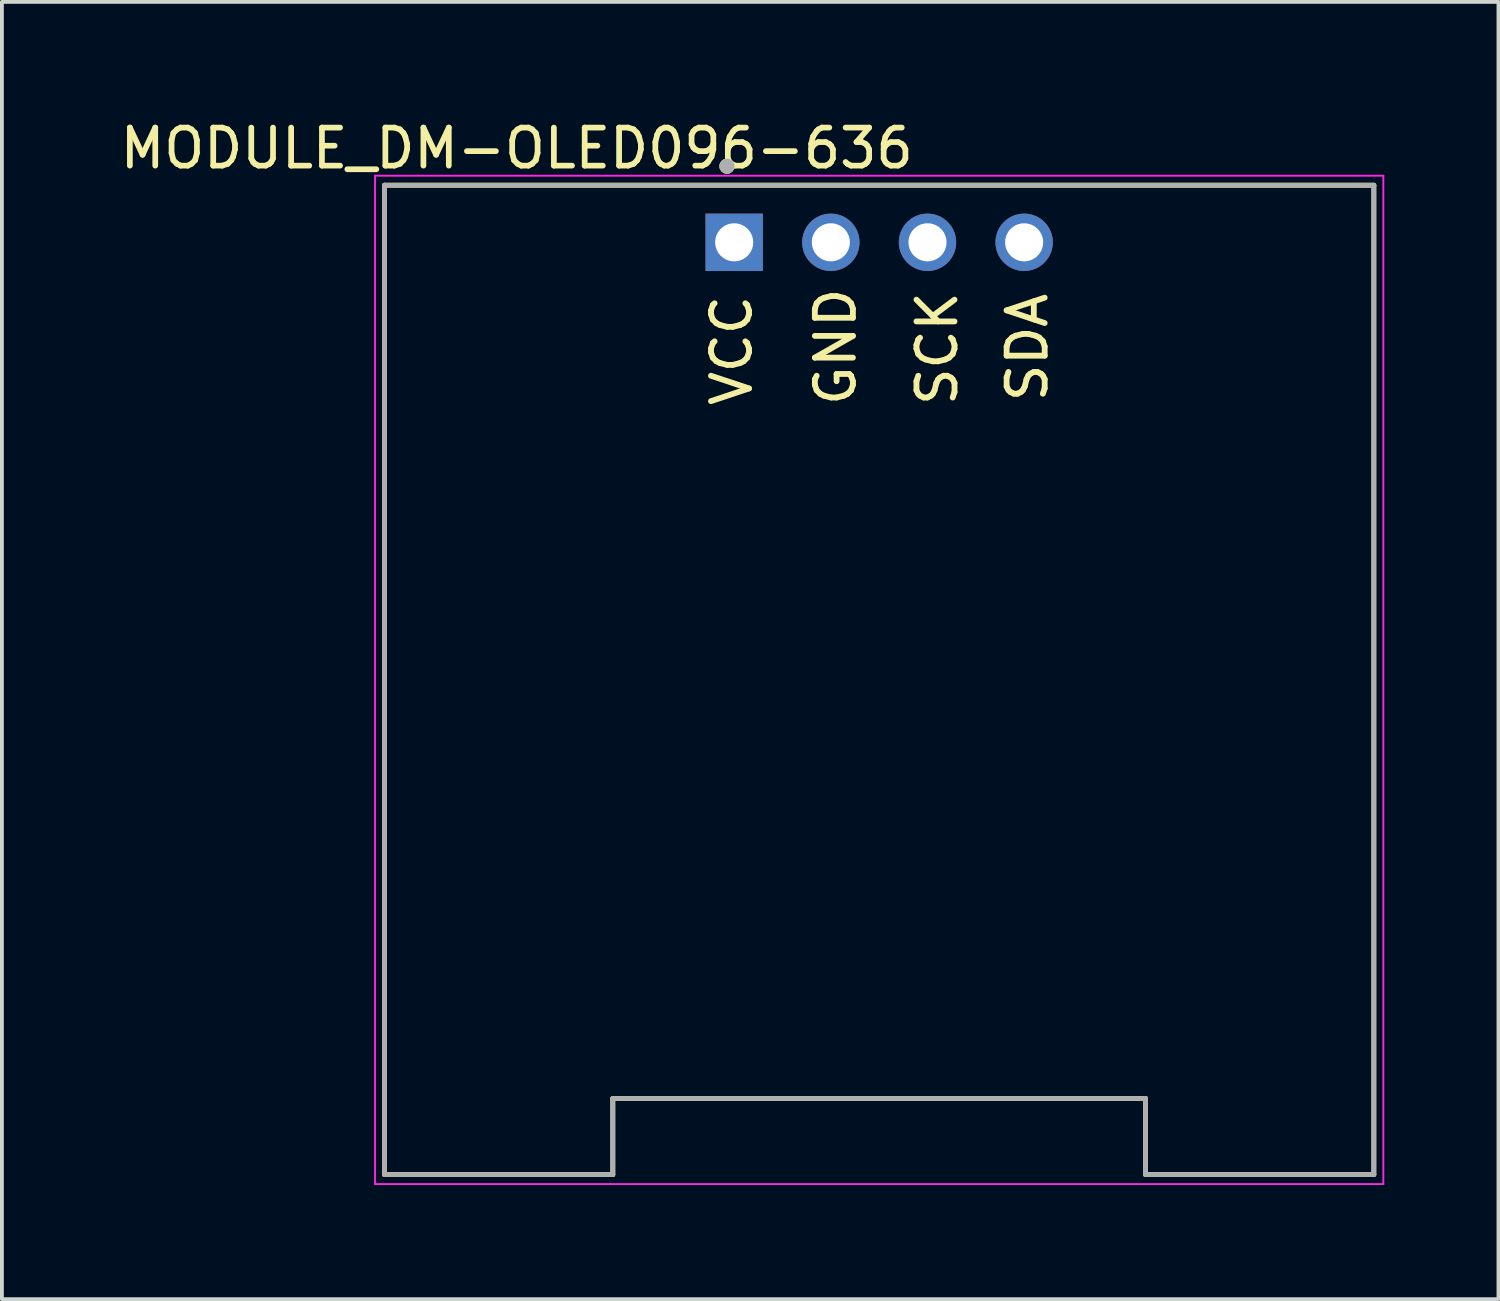
<source format=kicad_pcb>
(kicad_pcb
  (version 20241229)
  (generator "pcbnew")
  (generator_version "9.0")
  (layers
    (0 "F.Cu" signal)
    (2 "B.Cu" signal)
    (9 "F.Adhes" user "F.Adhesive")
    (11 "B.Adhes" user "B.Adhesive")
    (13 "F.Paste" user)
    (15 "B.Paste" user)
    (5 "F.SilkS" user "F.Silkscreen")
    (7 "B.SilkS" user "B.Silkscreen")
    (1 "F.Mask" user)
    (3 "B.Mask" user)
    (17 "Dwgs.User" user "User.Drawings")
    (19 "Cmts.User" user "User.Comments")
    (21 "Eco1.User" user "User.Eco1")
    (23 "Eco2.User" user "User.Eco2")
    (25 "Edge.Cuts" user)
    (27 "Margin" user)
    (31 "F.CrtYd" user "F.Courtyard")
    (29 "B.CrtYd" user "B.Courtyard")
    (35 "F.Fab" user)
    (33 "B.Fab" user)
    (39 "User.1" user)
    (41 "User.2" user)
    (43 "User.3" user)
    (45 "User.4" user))
  (footprint "MODULE_DM-OLED096-636"
    (layer "F.Cu")
    (at 20.055 14.818)
    (property "Reference" "MODULE_DM-OLED096-636" (at -9.525 -13.97 0) (layer "F.SilkS") (effects (font (size 1 1) (thickness 0.15))))
    (attr through_hole)
    (fp_line (start -13 -13) (end 13 -13) (stroke (width 0.127) (type solid)) (layer "F.SilkS"))
    (fp_line (start -13 13) (end -13 -13) (stroke (width 0.127) (type solid)) (layer "F.SilkS"))
    (fp_line (start -7 11) (end -7 13) (stroke (width 0.127) (type solid)) (layer "F.SilkS"))
    (fp_line (start -7 13) (end -13 13) (stroke (width 0.127) (type solid)) (layer "F.SilkS"))
    (fp_line (start 7 11) (end -7 11) (stroke (width 0.127) (type solid)) (layer "F.SilkS"))
    (fp_line (start 7 13) (end 7 11) (stroke (width 0.127) (type solid)) (layer "F.SilkS"))
    (fp_line (start 13 -13) (end 13 13) (stroke (width 0.127) (type solid)) (layer "F.SilkS"))
    (fp_line (start 13 13) (end 7 13) (stroke (width 0.127) (type solid)) (layer "F.SilkS"))
    (fp_circle (center -4 -13.5) (end -3.9 -13.5) (stroke (width 0.2) (type solid)) (fill no) (layer "F.SilkS"))
    (fp_line (start -13.25 -13.25) (end 13.25 -13.25) (stroke (width 0.05) (type solid)) (layer "F.CrtYd"))
    (fp_line (start -13.25 13.25) (end -13.25 -13.25) (stroke (width 0.05) (type solid)) (layer "F.CrtYd"))
    (fp_line (start 13.25 -13.25) (end 13.25 13.25) (stroke (width 0.05) (type solid)) (layer "F.CrtYd"))
    (fp_line (start 13.25 13.25) (end -13.25 13.25) (stroke (width 0.05) (type solid)) (layer "F.CrtYd"))
    (fp_line (start -13 -13) (end 13 -13) (stroke (width 0.127) (type solid)) (layer "F.Fab"))
    (fp_line (start -13 13) (end -13 -13) (stroke (width 0.127) (type solid)) (layer "F.Fab"))
    (fp_line (start -7 11) (end 7 11) (stroke (width 0.127) (type solid)) (layer "F.Fab"))
    (fp_line (start -7 13) (end -13 13) (stroke (width 0.127) (type solid)) (layer "F.Fab"))
    (fp_line (start -7 13) (end -7 11) (stroke (width 0.127) (type solid)) (layer "F.Fab"))
    (fp_line (start 7 11) (end 7 13) (stroke (width 0.127) (type solid)) (layer "F.Fab"))
    (fp_line (start 13 -13) (end 13 13) (stroke (width 0.127) (type solid)) (layer "F.Fab"))
    (fp_line (start 13 13) (end 7 13) (stroke (width 0.127) (type solid)) (layer "F.Fab"))
    (fp_circle (center -4 -13.5) (end -3.9 -13.5) (stroke (width 0.2) (type solid)) (fill no) (layer "F.Fab"))
    (fp_text user "SCK" (at 2.11 -7.13 90) (unlocked yes) (layer "F.SilkS") (effects (font (size 1 1) (thickness 0.153) (bold yes)) (justify left bottom)))
    (fp_text user "SDA" (at 4.48 -7.23 90) (unlocked yes) (layer "F.SilkS") (effects (font (size 1 1) (thickness 0.153) (bold yes)) (justify left bottom)))
    (fp_text user "GND" (at -0.56 -7.13 90) (unlocked yes) (layer "F.SilkS") (effects (font (size 1 1) (thickness 0.153) (bold yes)) (justify left bottom)))
    (fp_text user "VCC" (at -3.29 -7.13 90) (unlocked yes) (layer "F.SilkS") (effects (font (size 1 1) (thickness 0.153) (bold yes)) (justify left bottom)))
    (pad "1" thru_hole rect (at -3.81 -11.5) (size 1.508 1.508) (drill 1) (layers "*.Cu" "*.Mask"))
    (pad "2" thru_hole circle (at -1.27 -11.5) (size 1.508 1.508) (drill 1) (layers "*.Cu" "*.Mask"))
    (pad "3" thru_hole circle (at 1.27 -11.5) (size 1.508 1.508) (drill 1) (layers "*.Cu" "*.Mask"))
    (pad "4" thru_hole circle (at 3.81 -11.5) (size 1.508 1.508) (drill 1) (layers "*.Cu" "*.Mask")))
  (gr_rect
    (start -3 -3)
    (end 36.33 31.093)
    (stroke (width 0.1) (type default))
    (fill no)
    (layer "Edge.Cuts")))
</source>
